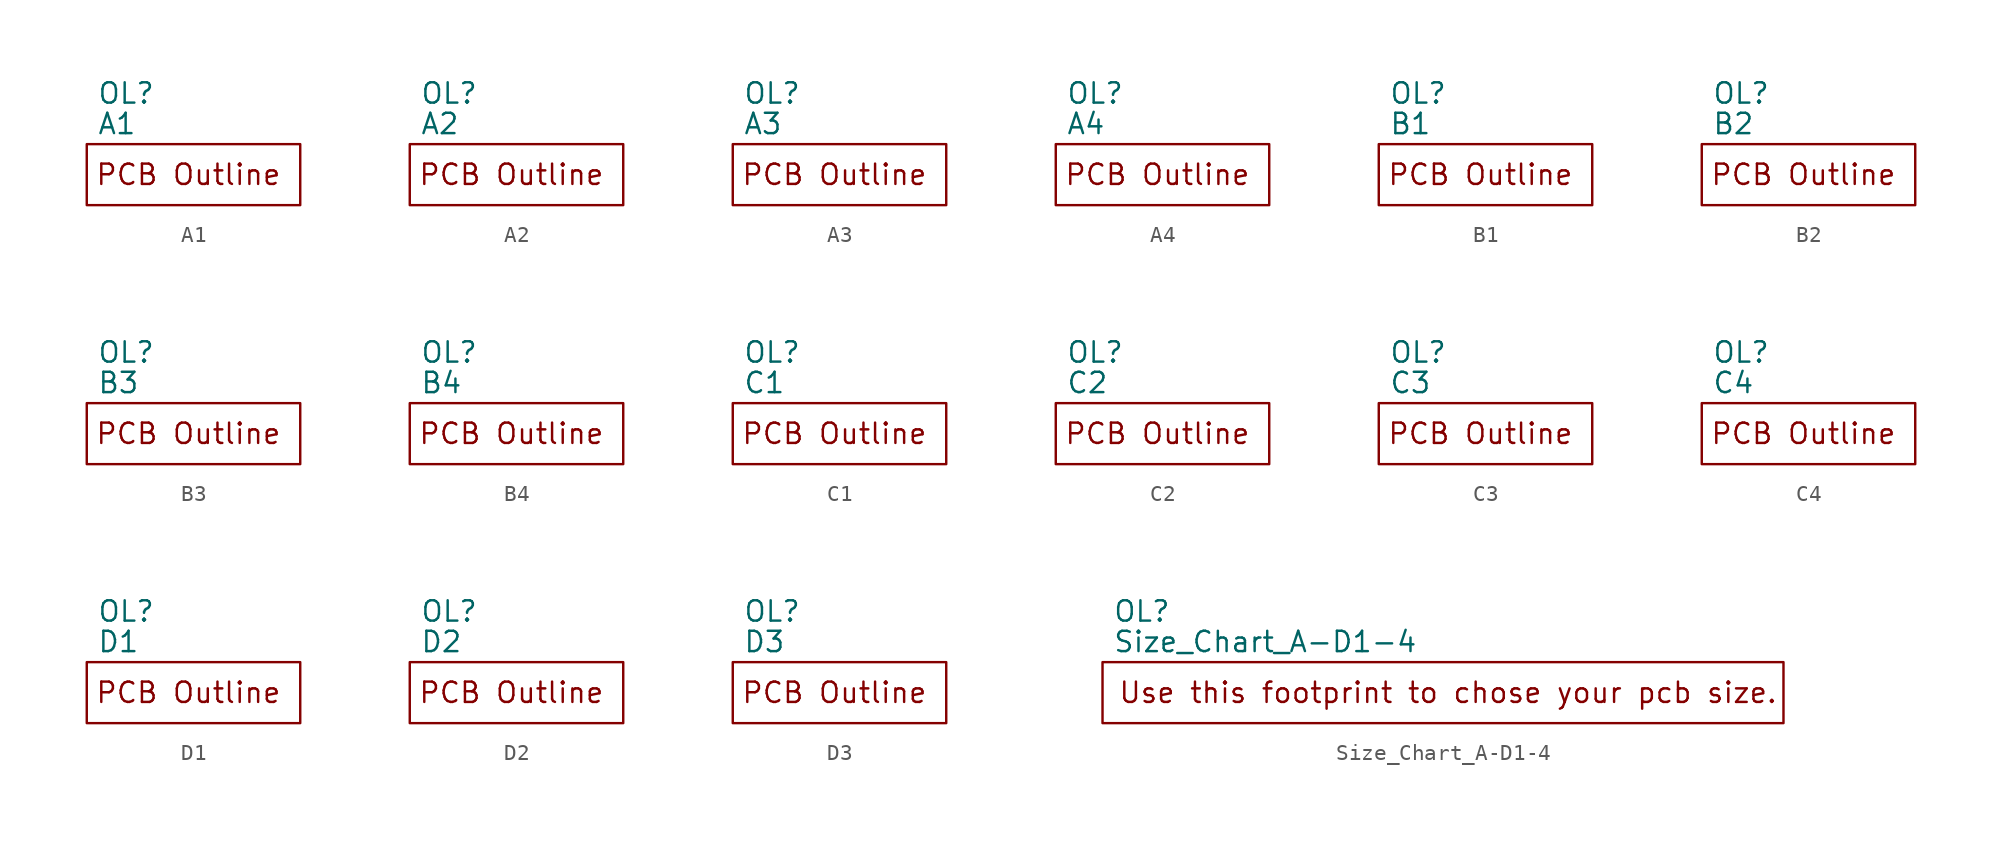
<source format=kicad_sym>
(kicad_symbol_lib
  (version 20211014)
  (generator kicad_symbol_editor)
  (symbol "A1"
    (property "Reference" "OL"
      (at 0.635 3.175 0)
      (effects (font (size 1.27 1.27)) (justify left)))
    (property "Value" "A1"
      (at 0.635 1.27 0)
      (effects (font (size 1.27 1.27)) (justify left)))
    (symbol "A1_0_0"
      (text "PCB Outline" (at 6.35 -1.905 0) (effects (font (size 1.27 1.27)))))
    (symbol "A1_0_1"
      (rectangle (start 0 0) (end 13.335 -3.81) (stroke (width 0.152) (type default) (color 0 0 0 0)) (fill (type none)))))
  (symbol "A2"
    (property "Reference" "OL"
      (at 0.635 3.175 0)
      (effects (font (size 1.27 1.27)) (justify left)))
    (property "Value" "A2"
      (at 0.635 1.27 0)
      (effects (font (size 1.27 1.27)) (justify left)))
    (symbol "A2_0_0"
      (text "PCB Outline" (at 6.35 -1.905 0) (effects (font (size 1.27 1.27)))))
    (symbol "A2_0_1"
      (rectangle (start 0 0) (end 13.335 -3.81) (stroke (width 0.152) (type default) (color 0 0 0 0)) (fill (type none)))))
  (symbol "A3"
    (property "Reference" "OL"
      (at 0.635 3.175 0)
      (effects (font (size 1.27 1.27)) (justify left)))
    (property "Value" "A3"
      (at 0.635 1.27 0)
      (effects (font (size 1.27 1.27)) (justify left)))
    (symbol "A3_0_0"
      (text "PCB Outline" (at 6.35 -1.905 0) (effects (font (size 1.27 1.27)))))
    (symbol "A3_0_1"
      (rectangle (start 0 0) (end 13.335 -3.81) (stroke (width 0.152) (type default) (color 0 0 0 0)) (fill (type none)))))
  (symbol "A4"
    (property "Reference" "OL"
      (at 0.635 3.175 0)
      (effects (font (size 1.27 1.27)) (justify left)))
    (property "Value" "A4"
      (at 0.635 1.27 0)
      (effects (font (size 1.27 1.27)) (justify left)))
    (symbol "A4_0_0"
      (text "PCB Outline" (at 6.35 -1.905 0) (effects (font (size 1.27 1.27)))))
    (symbol "A4_0_1"
      (rectangle (start 0 0) (end 13.335 -3.81) (stroke (width 0.152) (type default) (color 0 0 0 0)) (fill (type none)))))
  (symbol "B1"
    (property "Reference" "OL"
      (at 0.635 3.175 0)
      (effects (font (size 1.27 1.27)) (justify left)))
    (property "Value" "B1"
      (at 0.635 1.27 0)
      (effects (font (size 1.27 1.27)) (justify left)))
    (symbol "B1_0_0"
      (text "PCB Outline" (at 6.35 -1.905 0) (effects (font (size 1.27 1.27)))))
    (symbol "B1_0_1"
      (rectangle (start 0 0) (end 13.335 -3.81) (stroke (width 0.152) (type default) (color 0 0 0 0)) (fill (type none)))))
  (symbol "B2"
    (property "Reference" "OL"
      (at 0.635 3.175 0)
      (effects (font (size 1.27 1.27)) (justify left)))
    (property "Value" "B2"
      (at 0.635 1.27 0)
      (effects (font (size 1.27 1.27)) (justify left)))
    (symbol "B2_0_0"
      (text "PCB Outline" (at 6.35 -1.905 0) (effects (font (size 1.27 1.27)))))
    (symbol "B2_0_1"
      (rectangle (start 0 0) (end 13.335 -3.81) (stroke (width 0.152) (type default) (color 0 0 0 0)) (fill (type none)))))
  (symbol "B3"
    (property "Reference" "OL"
      (at 0.635 3.175 0)
      (effects (font (size 1.27 1.27)) (justify left)))
    (property "Value" "B3"
      (at 0.635 1.27 0)
      (effects (font (size 1.27 1.27)) (justify left)))
    (symbol "B3_0_0"
      (text "PCB Outline" (at 6.35 -1.905 0) (effects (font (size 1.27 1.27)))))
    (symbol "B3_0_1"
      (rectangle (start 0 0) (end 13.335 -3.81) (stroke (width 0.152) (type default) (color 0 0 0 0)) (fill (type none)))))
  (symbol "B4"
    (property "Reference" "OL"
      (at 0.635 3.175 0)
      (effects (font (size 1.27 1.27)) (justify left)))
    (property "Value" "B4"
      (at 0.635 1.27 0)
      (effects (font (size 1.27 1.27)) (justify left)))
    (symbol "B4_0_0"
      (text "PCB Outline" (at 6.35 -1.905 0) (effects (font (size 1.27 1.27)))))
    (symbol "B4_0_1"
      (rectangle (start 0 0) (end 13.335 -3.81) (stroke (width 0.152) (type default) (color 0 0 0 0)) (fill (type none)))))
  (symbol "C1"
    (property "Reference" "OL"
      (at 0.635 3.175 0)
      (effects (font (size 1.27 1.27)) (justify left)))
    (property "Value" "C1"
      (at 0.635 1.27 0)
      (effects (font (size 1.27 1.27)) (justify left)))
    (symbol "C1_0_0"
      (text "PCB Outline" (at 6.35 -1.905 0) (effects (font (size 1.27 1.27)))))
    (symbol "C1_0_1"
      (rectangle (start 0 0) (end 13.335 -3.81) (stroke (width 0.152) (type default) (color 0 0 0 0)) (fill (type none)))))
  (symbol "C2"
    (property "Reference" "OL"
      (at 0.635 3.175 0)
      (effects (font (size 1.27 1.27)) (justify left)))
    (property "Value" "C2"
      (at 0.635 1.27 0)
      (effects (font (size 1.27 1.27)) (justify left)))
    (symbol "C2_0_0"
      (text "PCB Outline" (at 6.35 -1.905 0) (effects (font (size 1.27 1.27)))))
    (symbol "C2_0_1"
      (rectangle (start 0 0) (end 13.335 -3.81) (stroke (width 0.152) (type default) (color 0 0 0 0)) (fill (type none)))))
  (symbol "C3"
    (property "Reference" "OL"
      (at 0.635 3.175 0)
      (effects (font (size 1.27 1.27)) (justify left)))
    (property "Value" "C3"
      (at 0.635 1.27 0)
      (effects (font (size 1.27 1.27)) (justify left)))
    (symbol "C3_0_0"
      (text "PCB Outline" (at 6.35 -1.905 0) (effects (font (size 1.27 1.27)))))
    (symbol "C3_0_1"
      (rectangle (start 0 0) (end 13.335 -3.81) (stroke (width 0.152) (type default) (color 0 0 0 0)) (fill (type none)))))
  (symbol "C4"
    (property "Reference" "OL"
      (at 0.635 3.175 0)
      (effects (font (size 1.27 1.27)) (justify left)))
    (property "Value" "C4"
      (at 0.635 1.27 0)
      (effects (font (size 1.27 1.27)) (justify left)))
    (symbol "C4_0_0"
      (text "PCB Outline" (at 6.35 -1.905 0) (effects (font (size 1.27 1.27)))))
    (symbol "C4_0_1"
      (rectangle (start 0 0) (end 13.335 -3.81) (stroke (width 0.152) (type default) (color 0 0 0 0)) (fill (type none)))))
  (symbol "D1"
    (property "Reference" "OL"
      (at 0.635 3.175 0)
      (effects (font (size 1.27 1.27)) (justify left)))
    (property "Value" "D1"
      (at 0.635 1.27 0)
      (effects (font (size 1.27 1.27)) (justify left)))
    (symbol "D1_0_0"
      (text "PCB Outline" (at 6.35 -1.905 0) (effects (font (size 1.27 1.27)))))
    (symbol "D1_0_1"
      (rectangle (start 0 0) (end 13.335 -3.81) (stroke (width 0.152) (type default) (color 0 0 0 0)) (fill (type none)))))
  (symbol "D2"
    (property "Reference" "OL"
      (at 0.635 3.175 0)
      (effects (font (size 1.27 1.27)) (justify left)))
    (property "Value" "D2"
      (at 0.635 1.27 0)
      (effects (font (size 1.27 1.27)) (justify left)))
    (symbol "D2_0_0"
      (text "PCB Outline" (at 6.35 -1.905 0) (effects (font (size 1.27 1.27)))))
    (symbol "D2_0_1"
      (rectangle (start 0 0) (end 13.335 -3.81) (stroke (width 0.152) (type default) (color 0 0 0 0)) (fill (type none)))))
  (symbol "D3"
    (property "Reference" "OL"
      (at 0.635 3.175 0)
      (effects (font (size 1.27 1.27)) (justify left)))
    (property "Value" "D3"
      (at 0.635 1.27 0)
      (effects (font (size 1.27 1.27)) (justify left)))
    (symbol "D3_0_0"
      (text "PCB Outline" (at 6.35 -1.905 0) (effects (font (size 1.27 1.27)))))
    (symbol "D3_0_1"
      (rectangle (start 0 0) (end 13.335 -3.81) (stroke (width 0.152) (type default) (color 0 0 0 0)) (fill (type none)))))
  (symbol "Size_Chart_A-D1-4"
    (property "Reference" "OL"
      (at 0.635 3.175 0)
      (effects (font (size 1.27 1.27)) (justify left)))
    (property "Value" "Size_Chart_A-D1-4"
      (at 0.635 1.27 0)
      (effects (font (size 1.27 1.27)) (justify left)))
    (symbol "Size_Chart_A-D1-4_0_0"
      (text "Use this footprint to chose your pcb size." (at 21.59 -1.905 0) (effects (font (size 1.27 1.27)))))
    (symbol "Size_Chart_A-D1-4_0_1"
      (rectangle (start 0 0) (end 42.545 -3.81) (stroke (width 0.152) (type default) (color 0 0 0 0)) (fill (type none))))))
</source>
